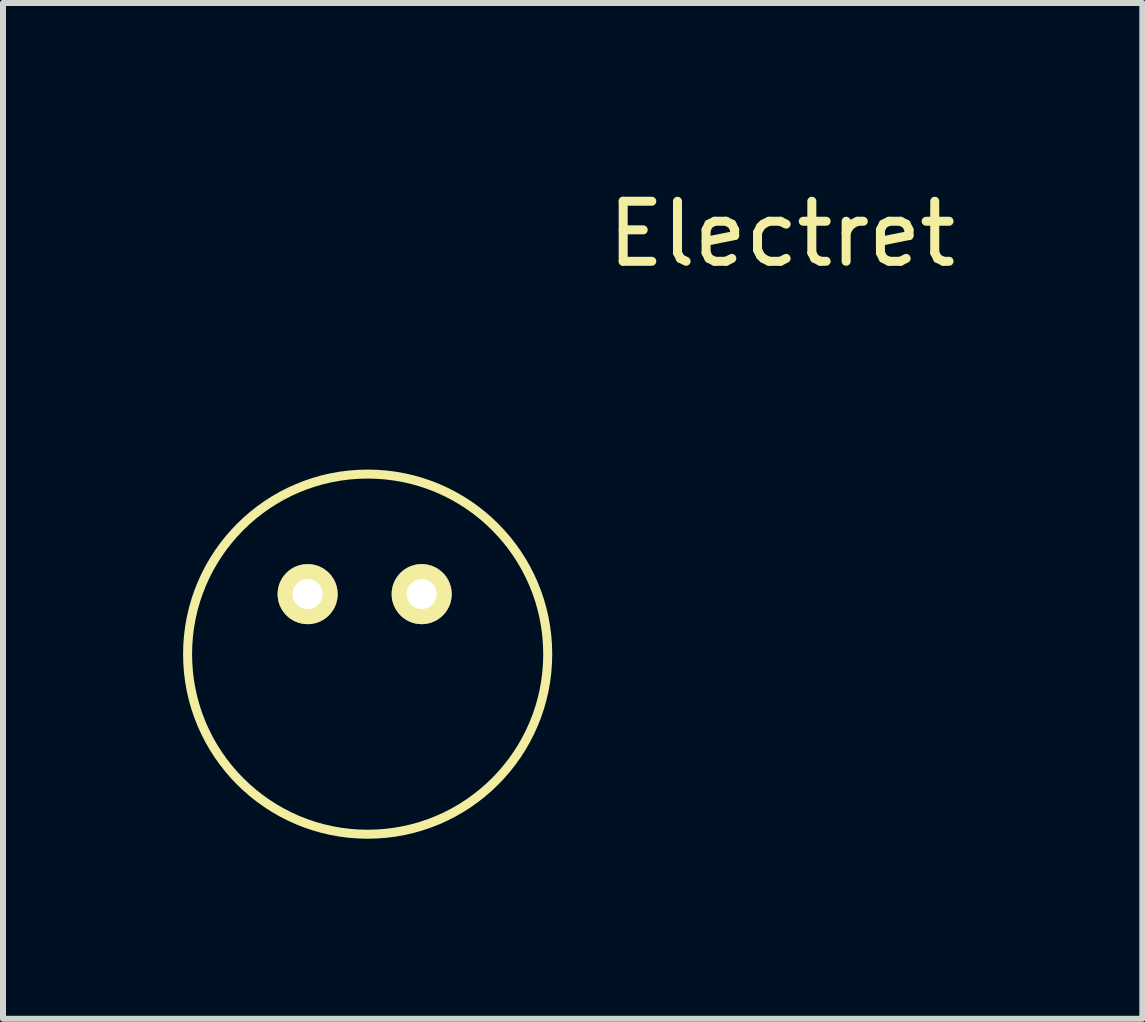
<source format=kicad_pcb>
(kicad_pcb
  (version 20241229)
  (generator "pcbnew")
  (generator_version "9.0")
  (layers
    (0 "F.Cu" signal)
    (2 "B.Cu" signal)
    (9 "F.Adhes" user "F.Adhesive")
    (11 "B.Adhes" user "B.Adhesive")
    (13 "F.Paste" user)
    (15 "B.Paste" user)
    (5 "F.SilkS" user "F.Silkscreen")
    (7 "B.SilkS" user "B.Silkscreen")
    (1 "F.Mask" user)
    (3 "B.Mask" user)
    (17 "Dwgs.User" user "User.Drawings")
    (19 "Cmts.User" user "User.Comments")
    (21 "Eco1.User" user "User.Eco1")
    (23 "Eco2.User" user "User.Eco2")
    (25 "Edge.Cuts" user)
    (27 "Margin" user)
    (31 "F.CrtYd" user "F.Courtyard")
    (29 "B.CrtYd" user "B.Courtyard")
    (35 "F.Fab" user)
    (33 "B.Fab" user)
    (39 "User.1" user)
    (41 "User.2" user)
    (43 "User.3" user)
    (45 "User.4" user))
  (footprint "Electret"
    (layer "F.Cu")
    (at 2.975 6.848)
    (property "Reference" "Electret" (at 7 -6 0) (layer "F.SilkS") (effects (font (size 1 1) (thickness 0.15))))
    (attr through_hole)
    (fp_circle (center 0.1 1) (end 3.1 1) (stroke (width 0.15) (type solid)) (fill no) (layer "F.SilkS"))
    (pad "1" thru_hole circle (at -0.9 0) (size 1 1) (drill 0.5) (layers "*.Cu" "*.Mask" "F.SilkS"))
    (pad "2" thru_hole circle (at 1 0) (size 1 1) (drill 0.5) (layers "*.Cu" "*.Mask" "F.SilkS")))
  (gr_rect
    (start -3 -3)
    (end 15.981 13.923)
    (stroke (width 0.1) (type default))
    (fill no)
    (layer "Edge.Cuts")))
</source>
